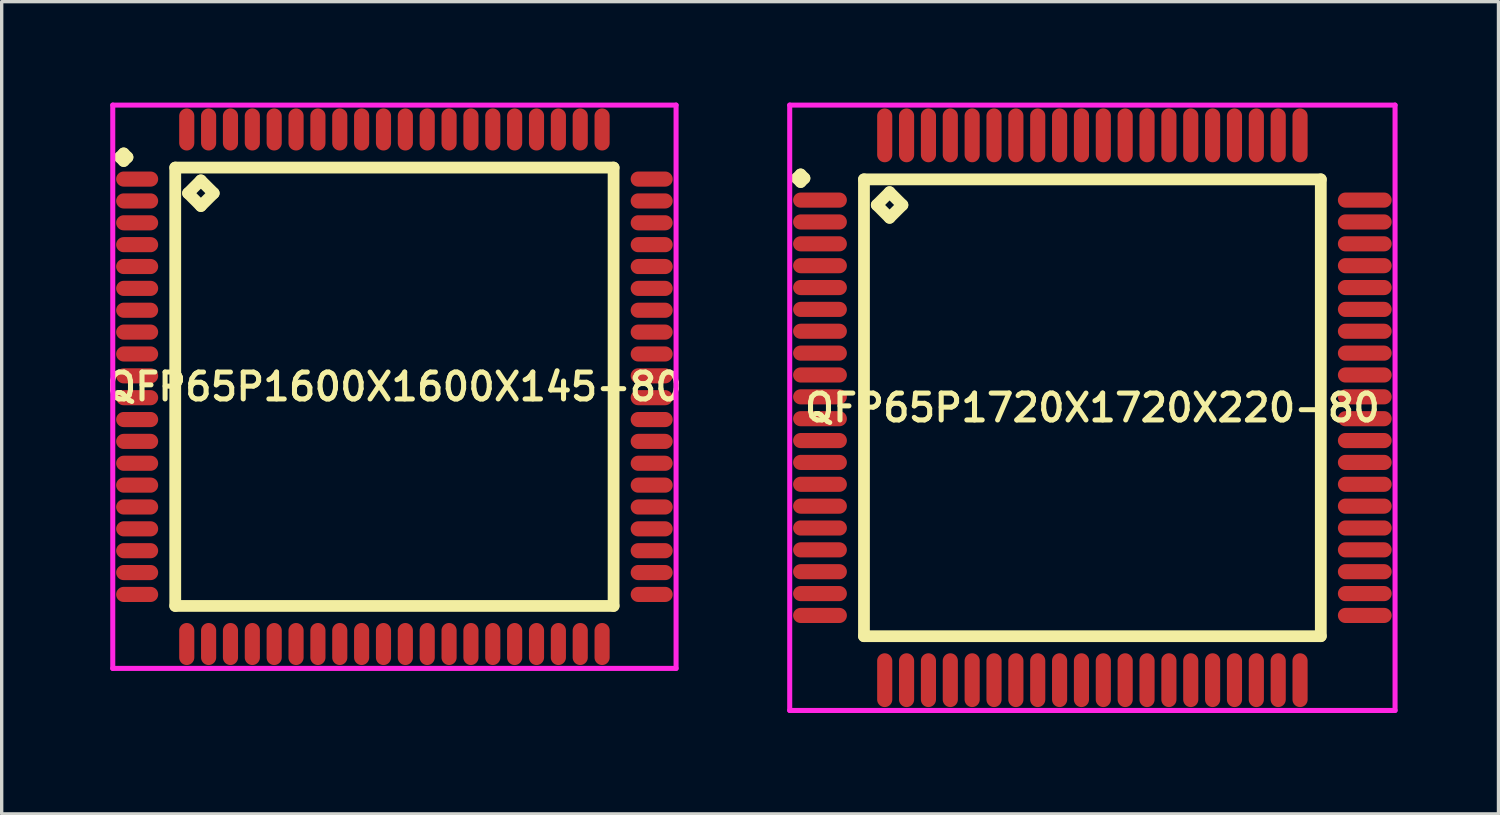
<source format=kicad_pcb>
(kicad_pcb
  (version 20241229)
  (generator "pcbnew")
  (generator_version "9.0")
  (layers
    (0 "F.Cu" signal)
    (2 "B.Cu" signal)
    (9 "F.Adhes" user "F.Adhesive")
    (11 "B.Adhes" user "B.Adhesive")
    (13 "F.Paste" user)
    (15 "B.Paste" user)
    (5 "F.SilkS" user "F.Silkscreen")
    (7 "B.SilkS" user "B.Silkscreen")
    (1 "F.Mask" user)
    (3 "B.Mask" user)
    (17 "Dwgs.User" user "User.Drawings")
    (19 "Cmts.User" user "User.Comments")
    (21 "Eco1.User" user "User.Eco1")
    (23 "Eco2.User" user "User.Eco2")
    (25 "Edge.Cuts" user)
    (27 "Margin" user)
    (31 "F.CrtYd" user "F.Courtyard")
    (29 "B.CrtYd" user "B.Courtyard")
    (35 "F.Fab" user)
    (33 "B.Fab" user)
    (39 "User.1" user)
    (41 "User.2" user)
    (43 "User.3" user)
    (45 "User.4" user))
  (footprint "QFP65P1600X1600X145-80"
    (layer "F.Cu")
    (at 8.678 8.45)
    (property "Reference" "QFP65P1600X1600X145-80" (at 0 0 0) (layer "F.SilkS") (effects (font (size 0.8 0.8) (thickness 0.15))))
    (attr smd)
    (fp_line (start -8.162 -6.825) (end -8.05 -6.938) (stroke (width 0.35) (type solid)) (layer "F.SilkS"))
    (fp_line (start -8.05 -6.938) (end -7.938 -6.825) (stroke (width 0.35) (type solid)) (layer "F.SilkS"))
    (fp_line (start -8.05 -6.713) (end -8.162 -6.825) (stroke (width 0.35) (type solid)) (layer "F.SilkS"))
    (fp_line (start -7.938 -6.825) (end -8.05 -6.713) (stroke (width 0.35) (type solid)) (layer "F.SilkS"))
    (fp_line (start -6.517 -6.517) (end -6.517 6.517) (stroke (width 0.35) (type solid)) (layer "F.SilkS"))
    (fp_line (start -6.517 6.517) (end 6.517 6.517) (stroke (width 0.35) (type solid)) (layer "F.SilkS"))
    (fp_line (start -6.136 -5.755) (end -5.755 -6.136) (stroke (width 0.35) (type solid)) (layer "F.SilkS"))
    (fp_line (start -5.755 -6.136) (end -5.374 -5.755) (stroke (width 0.35) (type solid)) (layer "F.SilkS"))
    (fp_line (start -5.755 -5.374) (end -6.136 -5.755) (stroke (width 0.35) (type solid)) (layer "F.SilkS"))
    (fp_line (start -5.374 -5.755) (end -5.755 -5.374) (stroke (width 0.35) (type solid)) (layer "F.SilkS"))
    (fp_line (start 6.517 -6.517) (end -6.517 -6.517) (stroke (width 0.35) (type solid)) (layer "F.SilkS"))
    (fp_line (start 6.517 6.517) (end 6.517 -6.517) (stroke (width 0.35) (type solid)) (layer "F.SilkS"))
    (fp_line (start -8.375 -8.375) (end 8.375 -8.375) (stroke (width 0.15) (type solid)) (layer "F.CrtYd"))
    (fp_line (start -8.375 8.375) (end -8.375 -8.375) (stroke (width 0.15) (type solid)) (layer "F.CrtYd"))
    (fp_line (start 8.375 -8.375) (end 8.375 8.375) (stroke (width 0.15) (type solid)) (layer "F.CrtYd"))
    (fp_line (start 8.375 8.375) (end -8.375 8.375) (stroke (width 0.15) (type solid)) (layer "F.CrtYd"))
    (pad "1" smd oval (at -7.65 -6.175) (size 1.25 0.45) (layers "F.Cu" "F.Mask" "F.Paste"))
    (pad "2" smd oval (at -7.65 -5.525) (size 1.25 0.45) (layers "F.Cu" "F.Mask" "F.Paste"))
    (pad "3" smd oval (at -7.65 -4.875) (size 1.25 0.45) (layers "F.Cu" "F.Mask" "F.Paste"))
    (pad "4" smd oval (at -7.65 -4.225) (size 1.25 0.45) (layers "F.Cu" "F.Mask" "F.Paste"))
    (pad "5" smd oval (at -7.65 -3.575) (size 1.25 0.45) (layers "F.Cu" "F.Mask" "F.Paste"))
    (pad "6" smd oval (at -7.65 -2.925) (size 1.25 0.45) (layers "F.Cu" "F.Mask" "F.Paste"))
    (pad "7" smd oval (at -7.65 -2.275) (size 1.25 0.45) (layers "F.Cu" "F.Mask" "F.Paste"))
    (pad "8" smd oval (at -7.65 -1.625) (size 1.25 0.45) (layers "F.Cu" "F.Mask" "F.Paste"))
    (pad "9" smd oval (at -7.65 -0.975) (size 1.25 0.45) (layers "F.Cu" "F.Mask" "F.Paste"))
    (pad "10" smd oval (at -7.65 -0.325) (size 1.25 0.45) (layers "F.Cu" "F.Mask" "F.Paste"))
    (pad "11" smd oval (at -7.65 0.325) (size 1.25 0.45) (layers "F.Cu" "F.Mask" "F.Paste"))
    (pad "12" smd oval (at -7.65 0.975) (size 1.25 0.45) (layers "F.Cu" "F.Mask" "F.Paste"))
    (pad "13" smd oval (at -7.65 1.625) (size 1.25 0.45) (layers "F.Cu" "F.Mask" "F.Paste"))
    (pad "14" smd oval (at -7.65 2.275) (size 1.25 0.45) (layers "F.Cu" "F.Mask" "F.Paste"))
    (pad "15" smd oval (at -7.65 2.925) (size 1.25 0.45) (layers "F.Cu" "F.Mask" "F.Paste"))
    (pad "16" smd oval (at -7.65 3.575) (size 1.25 0.45) (layers "F.Cu" "F.Mask" "F.Paste"))
    (pad "17" smd oval (at -7.65 4.225) (size 1.25 0.45) (layers "F.Cu" "F.Mask" "F.Paste"))
    (pad "18" smd oval (at -7.65 4.875) (size 1.25 0.45) (layers "F.Cu" "F.Mask" "F.Paste"))
    (pad "19" smd oval (at -7.65 5.525) (size 1.25 0.45) (layers "F.Cu" "F.Mask" "F.Paste"))
    (pad "20" smd oval (at -7.65 6.175) (size 1.25 0.45) (layers "F.Cu" "F.Mask" "F.Paste"))
    (pad "21" smd oval (at -6.175 7.65) (size 0.45 1.25) (layers "F.Cu" "F.Mask" "F.Paste"))
    (pad "22" smd oval (at -5.525 7.65) (size 0.45 1.25) (layers "F.Cu" "F.Mask" "F.Paste"))
    (pad "23" smd oval (at -4.875 7.65) (size 0.45 1.25) (layers "F.Cu" "F.Mask" "F.Paste"))
    (pad "24" smd oval (at -4.225 7.65) (size 0.45 1.25) (layers "F.Cu" "F.Mask" "F.Paste"))
    (pad "25" smd oval (at -3.575 7.65) (size 0.45 1.25) (layers "F.Cu" "F.Mask" "F.Paste"))
    (pad "26" smd oval (at -2.925 7.65) (size 0.45 1.25) (layers "F.Cu" "F.Mask" "F.Paste"))
    (pad "27" smd oval (at -2.275 7.65) (size 0.45 1.25) (layers "F.Cu" "F.Mask" "F.Paste"))
    (pad "28" smd oval (at -1.625 7.65) (size 0.45 1.25) (layers "F.Cu" "F.Mask" "F.Paste"))
    (pad "29" smd oval (at -0.975 7.65) (size 0.45 1.25) (layers "F.Cu" "F.Mask" "F.Paste"))
    (pad "30" smd oval (at -0.325 7.65) (size 0.45 1.25) (layers "F.Cu" "F.Mask" "F.Paste"))
    (pad "31" smd oval (at 0.325 7.65) (size 0.45 1.25) (layers "F.Cu" "F.Mask" "F.Paste"))
    (pad "32" smd oval (at 0.975 7.65) (size 0.45 1.25) (layers "F.Cu" "F.Mask" "F.Paste"))
    (pad "33" smd oval (at 1.625 7.65) (size 0.45 1.25) (layers "F.Cu" "F.Mask" "F.Paste"))
    (pad "34" smd oval (at 2.275 7.65) (size 0.45 1.25) (layers "F.Cu" "F.Mask" "F.Paste"))
    (pad "35" smd oval (at 2.925 7.65) (size 0.45 1.25) (layers "F.Cu" "F.Mask" "F.Paste"))
    (pad "36" smd oval (at 3.575 7.65) (size 0.45 1.25) (layers "F.Cu" "F.Mask" "F.Paste"))
    (pad "37" smd oval (at 4.225 7.65) (size 0.45 1.25) (layers "F.Cu" "F.Mask" "F.Paste"))
    (pad "38" smd oval (at 4.875 7.65) (size 0.45 1.25) (layers "F.Cu" "F.Mask" "F.Paste"))
    (pad "39" smd oval (at 5.525 7.65) (size 0.45 1.25) (layers "F.Cu" "F.Mask" "F.Paste"))
    (pad "40" smd oval (at 6.175 7.65) (size 0.45 1.25) (layers "F.Cu" "F.Mask" "F.Paste"))
    (pad "41" smd oval (at 7.65 6.175) (size 1.25 0.45) (layers "F.Cu" "F.Mask" "F.Paste"))
    (pad "42" smd oval (at 7.65 5.525) (size 1.25 0.45) (layers "F.Cu" "F.Mask" "F.Paste"))
    (pad "43" smd oval (at 7.65 4.875) (size 1.25 0.45) (layers "F.Cu" "F.Mask" "F.Paste"))
    (pad "44" smd oval (at 7.65 4.225) (size 1.25 0.45) (layers "F.Cu" "F.Mask" "F.Paste"))
    (pad "45" smd oval (at 7.65 3.575) (size 1.25 0.45) (layers "F.Cu" "F.Mask" "F.Paste"))
    (pad "46" smd oval (at 7.65 2.925) (size 1.25 0.45) (layers "F.Cu" "F.Mask" "F.Paste"))
    (pad "47" smd oval (at 7.65 2.275) (size 1.25 0.45) (layers "F.Cu" "F.Mask" "F.Paste"))
    (pad "48" smd oval (at 7.65 1.625) (size 1.25 0.45) (layers "F.Cu" "F.Mask" "F.Paste"))
    (pad "49" smd oval (at 7.65 0.975) (size 1.25 0.45) (layers "F.Cu" "F.Mask" "F.Paste"))
    (pad "50" smd oval (at 7.65 0.325) (size 1.25 0.45) (layers "F.Cu" "F.Mask" "F.Paste"))
    (pad "51" smd oval (at 7.65 -0.325) (size 1.25 0.45) (layers "F.Cu" "F.Mask" "F.Paste"))
    (pad "52" smd oval (at 7.65 -0.975) (size 1.25 0.45) (layers "F.Cu" "F.Mask" "F.Paste"))
    (pad "53" smd oval (at 7.65 -1.625) (size 1.25 0.45) (layers "F.Cu" "F.Mask" "F.Paste"))
    (pad "54" smd oval (at 7.65 -2.275) (size 1.25 0.45) (layers "F.Cu" "F.Mask" "F.Paste"))
    (pad "55" smd oval (at 7.65 -2.925) (size 1.25 0.45) (layers "F.Cu" "F.Mask" "F.Paste"))
    (pad "56" smd oval (at 7.65 -3.575) (size 1.25 0.45) (layers "F.Cu" "F.Mask" "F.Paste"))
    (pad "57" smd oval (at 7.65 -4.225) (size 1.25 0.45) (layers "F.Cu" "F.Mask" "F.Paste"))
    (pad "58" smd oval (at 7.65 -4.875) (size 1.25 0.45) (layers "F.Cu" "F.Mask" "F.Paste"))
    (pad "59" smd oval (at 7.65 -5.525) (size 1.25 0.45) (layers "F.Cu" "F.Mask" "F.Paste"))
    (pad "60" smd oval (at 7.65 -6.175) (size 1.25 0.45) (layers "F.Cu" "F.Mask" "F.Paste"))
    (pad "61" smd oval (at 6.175 -7.65) (size 0.45 1.25) (layers "F.Cu" "F.Mask" "F.Paste"))
    (pad "62" smd oval (at 5.525 -7.65) (size 0.45 1.25) (layers "F.Cu" "F.Mask" "F.Paste"))
    (pad "63" smd oval (at 4.875 -7.65) (size 0.45 1.25) (layers "F.Cu" "F.Mask" "F.Paste"))
    (pad "64" smd oval (at 4.225 -7.65) (size 0.45 1.25) (layers "F.Cu" "F.Mask" "F.Paste"))
    (pad "65" smd oval (at 3.575 -7.65) (size 0.45 1.25) (layers "F.Cu" "F.Mask" "F.Paste"))
    (pad "66" smd oval (at 2.925 -7.65) (size 0.45 1.25) (layers "F.Cu" "F.Mask" "F.Paste"))
    (pad "67" smd oval (at 2.275 -7.65) (size 0.45 1.25) (layers "F.Cu" "F.Mask" "F.Paste"))
    (pad "68" smd oval (at 1.625 -7.65) (size 0.45 1.25) (layers "F.Cu" "F.Mask" "F.Paste"))
    (pad "69" smd oval (at 0.975 -7.65) (size 0.45 1.25) (layers "F.Cu" "F.Mask" "F.Paste"))
    (pad "70" smd oval (at 0.325 -7.65) (size 0.45 1.25) (layers "F.Cu" "F.Mask" "F.Paste"))
    (pad "71" smd oval (at -0.325 -7.65) (size 0.45 1.25) (layers "F.Cu" "F.Mask" "F.Paste"))
    (pad "72" smd oval (at -0.975 -7.65) (size 0.45 1.25) (layers "F.Cu" "F.Mask" "F.Paste"))
    (pad "73" smd oval (at -1.625 -7.65) (size 0.45 1.25) (layers "F.Cu" "F.Mask" "F.Paste"))
    (pad "74" smd oval (at -2.275 -7.65) (size 0.45 1.25) (layers "F.Cu" "F.Mask" "F.Paste"))
    (pad "75" smd oval (at -2.925 -7.65) (size 0.45 1.25) (layers "F.Cu" "F.Mask" "F.Paste"))
    (pad "76" smd oval (at -3.575 -7.65) (size 0.45 1.25) (layers "F.Cu" "F.Mask" "F.Paste"))
    (pad "77" smd oval (at -4.225 -7.65) (size 0.45 1.25) (layers "F.Cu" "F.Mask" "F.Paste"))
    (pad "78" smd oval (at -4.875 -7.65) (size 0.45 1.25) (layers "F.Cu" "F.Mask" "F.Paste"))
    (pad "79" smd oval (at -5.525 -7.65) (size 0.45 1.25) (layers "F.Cu" "F.Mask" "F.Paste"))
    (pad "80" smd oval (at -6.175 -7.65) (size 0.45 1.25) (layers "F.Cu" "F.Mask" "F.Paste")))
  (footprint "QFP65P1720X1720X220-80"
    (layer "F.Cu")
    (at 29.432 9.075)
    (property "Reference" "QFP65P1720X1720X220-80" (at 0 0 0) (layer "F.SilkS") (effects (font (size 0.8 0.8) (thickness 0.15))))
    (attr smd)
    (fp_line (start -8.787 -6.825) (end -8.675 -6.938) (stroke (width 0.35) (type solid)) (layer "F.SilkS"))
    (fp_line (start -8.675 -6.938) (end -8.562 -6.825) (stroke (width 0.35) (type solid)) (layer "F.SilkS"))
    (fp_line (start -8.675 -6.713) (end -8.787 -6.825) (stroke (width 0.35) (type solid)) (layer "F.SilkS"))
    (fp_line (start -8.562 -6.825) (end -8.675 -6.713) (stroke (width 0.35) (type solid)) (layer "F.SilkS"))
    (fp_line (start -6.792 -6.792) (end -6.792 6.792) (stroke (width 0.35) (type solid)) (layer "F.SilkS"))
    (fp_line (start -6.792 6.792) (end 6.792 6.792) (stroke (width 0.35) (type solid)) (layer "F.SilkS"))
    (fp_line (start -6.411 -6.03) (end -6.03 -6.411) (stroke (width 0.35) (type solid)) (layer "F.SilkS"))
    (fp_line (start -6.03 -6.411) (end -5.649 -6.03) (stroke (width 0.35) (type solid)) (layer "F.SilkS"))
    (fp_line (start -6.03 -5.649) (end -6.411 -6.03) (stroke (width 0.35) (type solid)) (layer "F.SilkS"))
    (fp_line (start -5.649 -6.03) (end -6.03 -5.649) (stroke (width 0.35) (type solid)) (layer "F.SilkS"))
    (fp_line (start 6.792 -6.792) (end -6.792 -6.792) (stroke (width 0.35) (type solid)) (layer "F.SilkS"))
    (fp_line (start 6.792 6.792) (end 6.792 -6.792) (stroke (width 0.35) (type solid)) (layer "F.SilkS"))
    (fp_line (start -9 -9) (end 9 -9) (stroke (width 0.15) (type solid)) (layer "F.CrtYd"))
    (fp_line (start -9 9) (end -9 -9) (stroke (width 0.15) (type solid)) (layer "F.CrtYd"))
    (fp_line (start 9 -9) (end 9 9) (stroke (width 0.15) (type solid)) (layer "F.CrtYd"))
    (fp_line (start 9 9) (end -9 9) (stroke (width 0.15) (type solid)) (layer "F.CrtYd"))
    (pad "1" smd oval (at -8.1 -6.175) (size 1.6 0.45) (layers "F.Cu" "F.Mask" "F.Paste"))
    (pad "2" smd oval (at -8.1 -5.525) (size 1.6 0.45) (layers "F.Cu" "F.Mask" "F.Paste"))
    (pad "3" smd oval (at -8.1 -4.875) (size 1.6 0.45) (layers "F.Cu" "F.Mask" "F.Paste"))
    (pad "4" smd oval (at -8.1 -4.225) (size 1.6 0.45) (layers "F.Cu" "F.Mask" "F.Paste"))
    (pad "5" smd oval (at -8.1 -3.575) (size 1.6 0.45) (layers "F.Cu" "F.Mask" "F.Paste"))
    (pad "6" smd oval (at -8.1 -2.925) (size 1.6 0.45) (layers "F.Cu" "F.Mask" "F.Paste"))
    (pad "7" smd oval (at -8.1 -2.275) (size 1.6 0.45) (layers "F.Cu" "F.Mask" "F.Paste"))
    (pad "8" smd oval (at -8.1 -1.625) (size 1.6 0.45) (layers "F.Cu" "F.Mask" "F.Paste"))
    (pad "9" smd oval (at -8.1 -0.975) (size 1.6 0.45) (layers "F.Cu" "F.Mask" "F.Paste"))
    (pad "10" smd oval (at -8.1 -0.325) (size 1.6 0.45) (layers "F.Cu" "F.Mask" "F.Paste"))
    (pad "11" smd oval (at -8.1 0.325) (size 1.6 0.45) (layers "F.Cu" "F.Mask" "F.Paste"))
    (pad "12" smd oval (at -8.1 0.975) (size 1.6 0.45) (layers "F.Cu" "F.Mask" "F.Paste"))
    (pad "13" smd oval (at -8.1 1.625) (size 1.6 0.45) (layers "F.Cu" "F.Mask" "F.Paste"))
    (pad "14" smd oval (at -8.1 2.275) (size 1.6 0.45) (layers "F.Cu" "F.Mask" "F.Paste"))
    (pad "15" smd oval (at -8.1 2.925) (size 1.6 0.45) (layers "F.Cu" "F.Mask" "F.Paste"))
    (pad "16" smd oval (at -8.1 3.575) (size 1.6 0.45) (layers "F.Cu" "F.Mask" "F.Paste"))
    (pad "17" smd oval (at -8.1 4.225) (size 1.6 0.45) (layers "F.Cu" "F.Mask" "F.Paste"))
    (pad "18" smd oval (at -8.1 4.875) (size 1.6 0.45) (layers "F.Cu" "F.Mask" "F.Paste"))
    (pad "19" smd oval (at -8.1 5.525) (size 1.6 0.45) (layers "F.Cu" "F.Mask" "F.Paste"))
    (pad "20" smd oval (at -8.1 6.175) (size 1.6 0.45) (layers "F.Cu" "F.Mask" "F.Paste"))
    (pad "21" smd oval (at -6.175 8.1) (size 0.45 1.6) (layers "F.Cu" "F.Mask" "F.Paste"))
    (pad "22" smd oval (at -5.525 8.1) (size 0.45 1.6) (layers "F.Cu" "F.Mask" "F.Paste"))
    (pad "23" smd oval (at -4.875 8.1) (size 0.45 1.6) (layers "F.Cu" "F.Mask" "F.Paste"))
    (pad "24" smd oval (at -4.225 8.1) (size 0.45 1.6) (layers "F.Cu" "F.Mask" "F.Paste"))
    (pad "25" smd oval (at -3.575 8.1) (size 0.45 1.6) (layers "F.Cu" "F.Mask" "F.Paste"))
    (pad "26" smd oval (at -2.925 8.1) (size 0.45 1.6) (layers "F.Cu" "F.Mask" "F.Paste"))
    (pad "27" smd oval (at -2.275 8.1) (size 0.45 1.6) (layers "F.Cu" "F.Mask" "F.Paste"))
    (pad "28" smd oval (at -1.625 8.1) (size 0.45 1.6) (layers "F.Cu" "F.Mask" "F.Paste"))
    (pad "29" smd oval (at -0.975 8.1) (size 0.45 1.6) (layers "F.Cu" "F.Mask" "F.Paste"))
    (pad "30" smd oval (at -0.325 8.1) (size 0.45 1.6) (layers "F.Cu" "F.Mask" "F.Paste"))
    (pad "31" smd oval (at 0.325 8.1) (size 0.45 1.6) (layers "F.Cu" "F.Mask" "F.Paste"))
    (pad "32" smd oval (at 0.975 8.1) (size 0.45 1.6) (layers "F.Cu" "F.Mask" "F.Paste"))
    (pad "33" smd oval (at 1.625 8.1) (size 0.45 1.6) (layers "F.Cu" "F.Mask" "F.Paste"))
    (pad "34" smd oval (at 2.275 8.1) (size 0.45 1.6) (layers "F.Cu" "F.Mask" "F.Paste"))
    (pad "35" smd oval (at 2.925 8.1) (size 0.45 1.6) (layers "F.Cu" "F.Mask" "F.Paste"))
    (pad "36" smd oval (at 3.575 8.1) (size 0.45 1.6) (layers "F.Cu" "F.Mask" "F.Paste"))
    (pad "37" smd oval (at 4.225 8.1) (size 0.45 1.6) (layers "F.Cu" "F.Mask" "F.Paste"))
    (pad "38" smd oval (at 4.875 8.1) (size 0.45 1.6) (layers "F.Cu" "F.Mask" "F.Paste"))
    (pad "39" smd oval (at 5.525 8.1) (size 0.45 1.6) (layers "F.Cu" "F.Mask" "F.Paste"))
    (pad "40" smd oval (at 6.175 8.1) (size 0.45 1.6) (layers "F.Cu" "F.Mask" "F.Paste"))
    (pad "41" smd oval (at 8.1 6.175) (size 1.6 0.45) (layers "F.Cu" "F.Mask" "F.Paste"))
    (pad "42" smd oval (at 8.1 5.525) (size 1.6 0.45) (layers "F.Cu" "F.Mask" "F.Paste"))
    (pad "43" smd oval (at 8.1 4.875) (size 1.6 0.45) (layers "F.Cu" "F.Mask" "F.Paste"))
    (pad "44" smd oval (at 8.1 4.225) (size 1.6 0.45) (layers "F.Cu" "F.Mask" "F.Paste"))
    (pad "45" smd oval (at 8.1 3.575) (size 1.6 0.45) (layers "F.Cu" "F.Mask" "F.Paste"))
    (pad "46" smd oval (at 8.1 2.925) (size 1.6 0.45) (layers "F.Cu" "F.Mask" "F.Paste"))
    (pad "47" smd oval (at 8.1 2.275) (size 1.6 0.45) (layers "F.Cu" "F.Mask" "F.Paste"))
    (pad "48" smd oval (at 8.1 1.625) (size 1.6 0.45) (layers "F.Cu" "F.Mask" "F.Paste"))
    (pad "49" smd oval (at 8.1 0.975) (size 1.6 0.45) (layers "F.Cu" "F.Mask" "F.Paste"))
    (pad "50" smd oval (at 8.1 0.325) (size 1.6 0.45) (layers "F.Cu" "F.Mask" "F.Paste"))
    (pad "51" smd oval (at 8.1 -0.325) (size 1.6 0.45) (layers "F.Cu" "F.Mask" "F.Paste"))
    (pad "52" smd oval (at 8.1 -0.975) (size 1.6 0.45) (layers "F.Cu" "F.Mask" "F.Paste"))
    (pad "53" smd oval (at 8.1 -1.625) (size 1.6 0.45) (layers "F.Cu" "F.Mask" "F.Paste"))
    (pad "54" smd oval (at 8.1 -2.275) (size 1.6 0.45) (layers "F.Cu" "F.Mask" "F.Paste"))
    (pad "55" smd oval (at 8.1 -2.925) (size 1.6 0.45) (layers "F.Cu" "F.Mask" "F.Paste"))
    (pad "56" smd oval (at 8.1 -3.575) (size 1.6 0.45) (layers "F.Cu" "F.Mask" "F.Paste"))
    (pad "57" smd oval (at 8.1 -4.225) (size 1.6 0.45) (layers "F.Cu" "F.Mask" "F.Paste"))
    (pad "58" smd oval (at 8.1 -4.875) (size 1.6 0.45) (layers "F.Cu" "F.Mask" "F.Paste"))
    (pad "59" smd oval (at 8.1 -5.525) (size 1.6 0.45) (layers "F.Cu" "F.Mask" "F.Paste"))
    (pad "60" smd oval (at 8.1 -6.175) (size 1.6 0.45) (layers "F.Cu" "F.Mask" "F.Paste"))
    (pad "61" smd oval (at 6.175 -8.1) (size 0.45 1.6) (layers "F.Cu" "F.Mask" "F.Paste"))
    (pad "62" smd oval (at 5.525 -8.1) (size 0.45 1.6) (layers "F.Cu" "F.Mask" "F.Paste"))
    (pad "63" smd oval (at 4.875 -8.1) (size 0.45 1.6) (layers "F.Cu" "F.Mask" "F.Paste"))
    (pad "64" smd oval (at 4.225 -8.1) (size 0.45 1.6) (layers "F.Cu" "F.Mask" "F.Paste"))
    (pad "65" smd oval (at 3.575 -8.1) (size 0.45 1.6) (layers "F.Cu" "F.Mask" "F.Paste"))
    (pad "66" smd oval (at 2.925 -8.1) (size 0.45 1.6) (layers "F.Cu" "F.Mask" "F.Paste"))
    (pad "67" smd oval (at 2.275 -8.1) (size 0.45 1.6) (layers "F.Cu" "F.Mask" "F.Paste"))
    (pad "68" smd oval (at 1.625 -8.1) (size 0.45 1.6) (layers "F.Cu" "F.Mask" "F.Paste"))
    (pad "69" smd oval (at 0.975 -8.1) (size 0.45 1.6) (layers "F.Cu" "F.Mask" "F.Paste"))
    (pad "70" smd oval (at 0.325 -8.1) (size 0.45 1.6) (layers "F.Cu" "F.Mask" "F.Paste"))
    (pad "71" smd oval (at -0.325 -8.1) (size 0.45 1.6) (layers "F.Cu" "F.Mask" "F.Paste"))
    (pad "72" smd oval (at -0.975 -8.1) (size 0.45 1.6) (layers "F.Cu" "F.Mask" "F.Paste"))
    (pad "73" smd oval (at -1.625 -8.1) (size 0.45 1.6) (layers "F.Cu" "F.Mask" "F.Paste"))
    (pad "74" smd oval (at -2.275 -8.1) (size 0.45 1.6) (layers "F.Cu" "F.Mask" "F.Paste"))
    (pad "75" smd oval (at -2.925 -8.1) (size 0.45 1.6) (layers "F.Cu" "F.Mask" "F.Paste"))
    (pad "76" smd oval (at -3.575 -8.1) (size 0.45 1.6) (layers "F.Cu" "F.Mask" "F.Paste"))
    (pad "77" smd oval (at -4.225 -8.1) (size 0.45 1.6) (layers "F.Cu" "F.Mask" "F.Paste"))
    (pad "78" smd oval (at -4.875 -8.1) (size 0.45 1.6) (layers "F.Cu" "F.Mask" "F.Paste"))
    (pad "79" smd oval (at -5.525 -8.1) (size 0.45 1.6) (layers "F.Cu" "F.Mask" "F.Paste"))
    (pad "80" smd oval (at -6.175 -8.1) (size 0.45 1.6) (layers "F.Cu" "F.Mask" "F.Paste")))
  (gr_rect
    (start -3 -3)
    (end 41.507 21.15)
    (stroke (width 0.1) (type default))
    (fill no)
    (layer "Edge.Cuts")))
</source>
